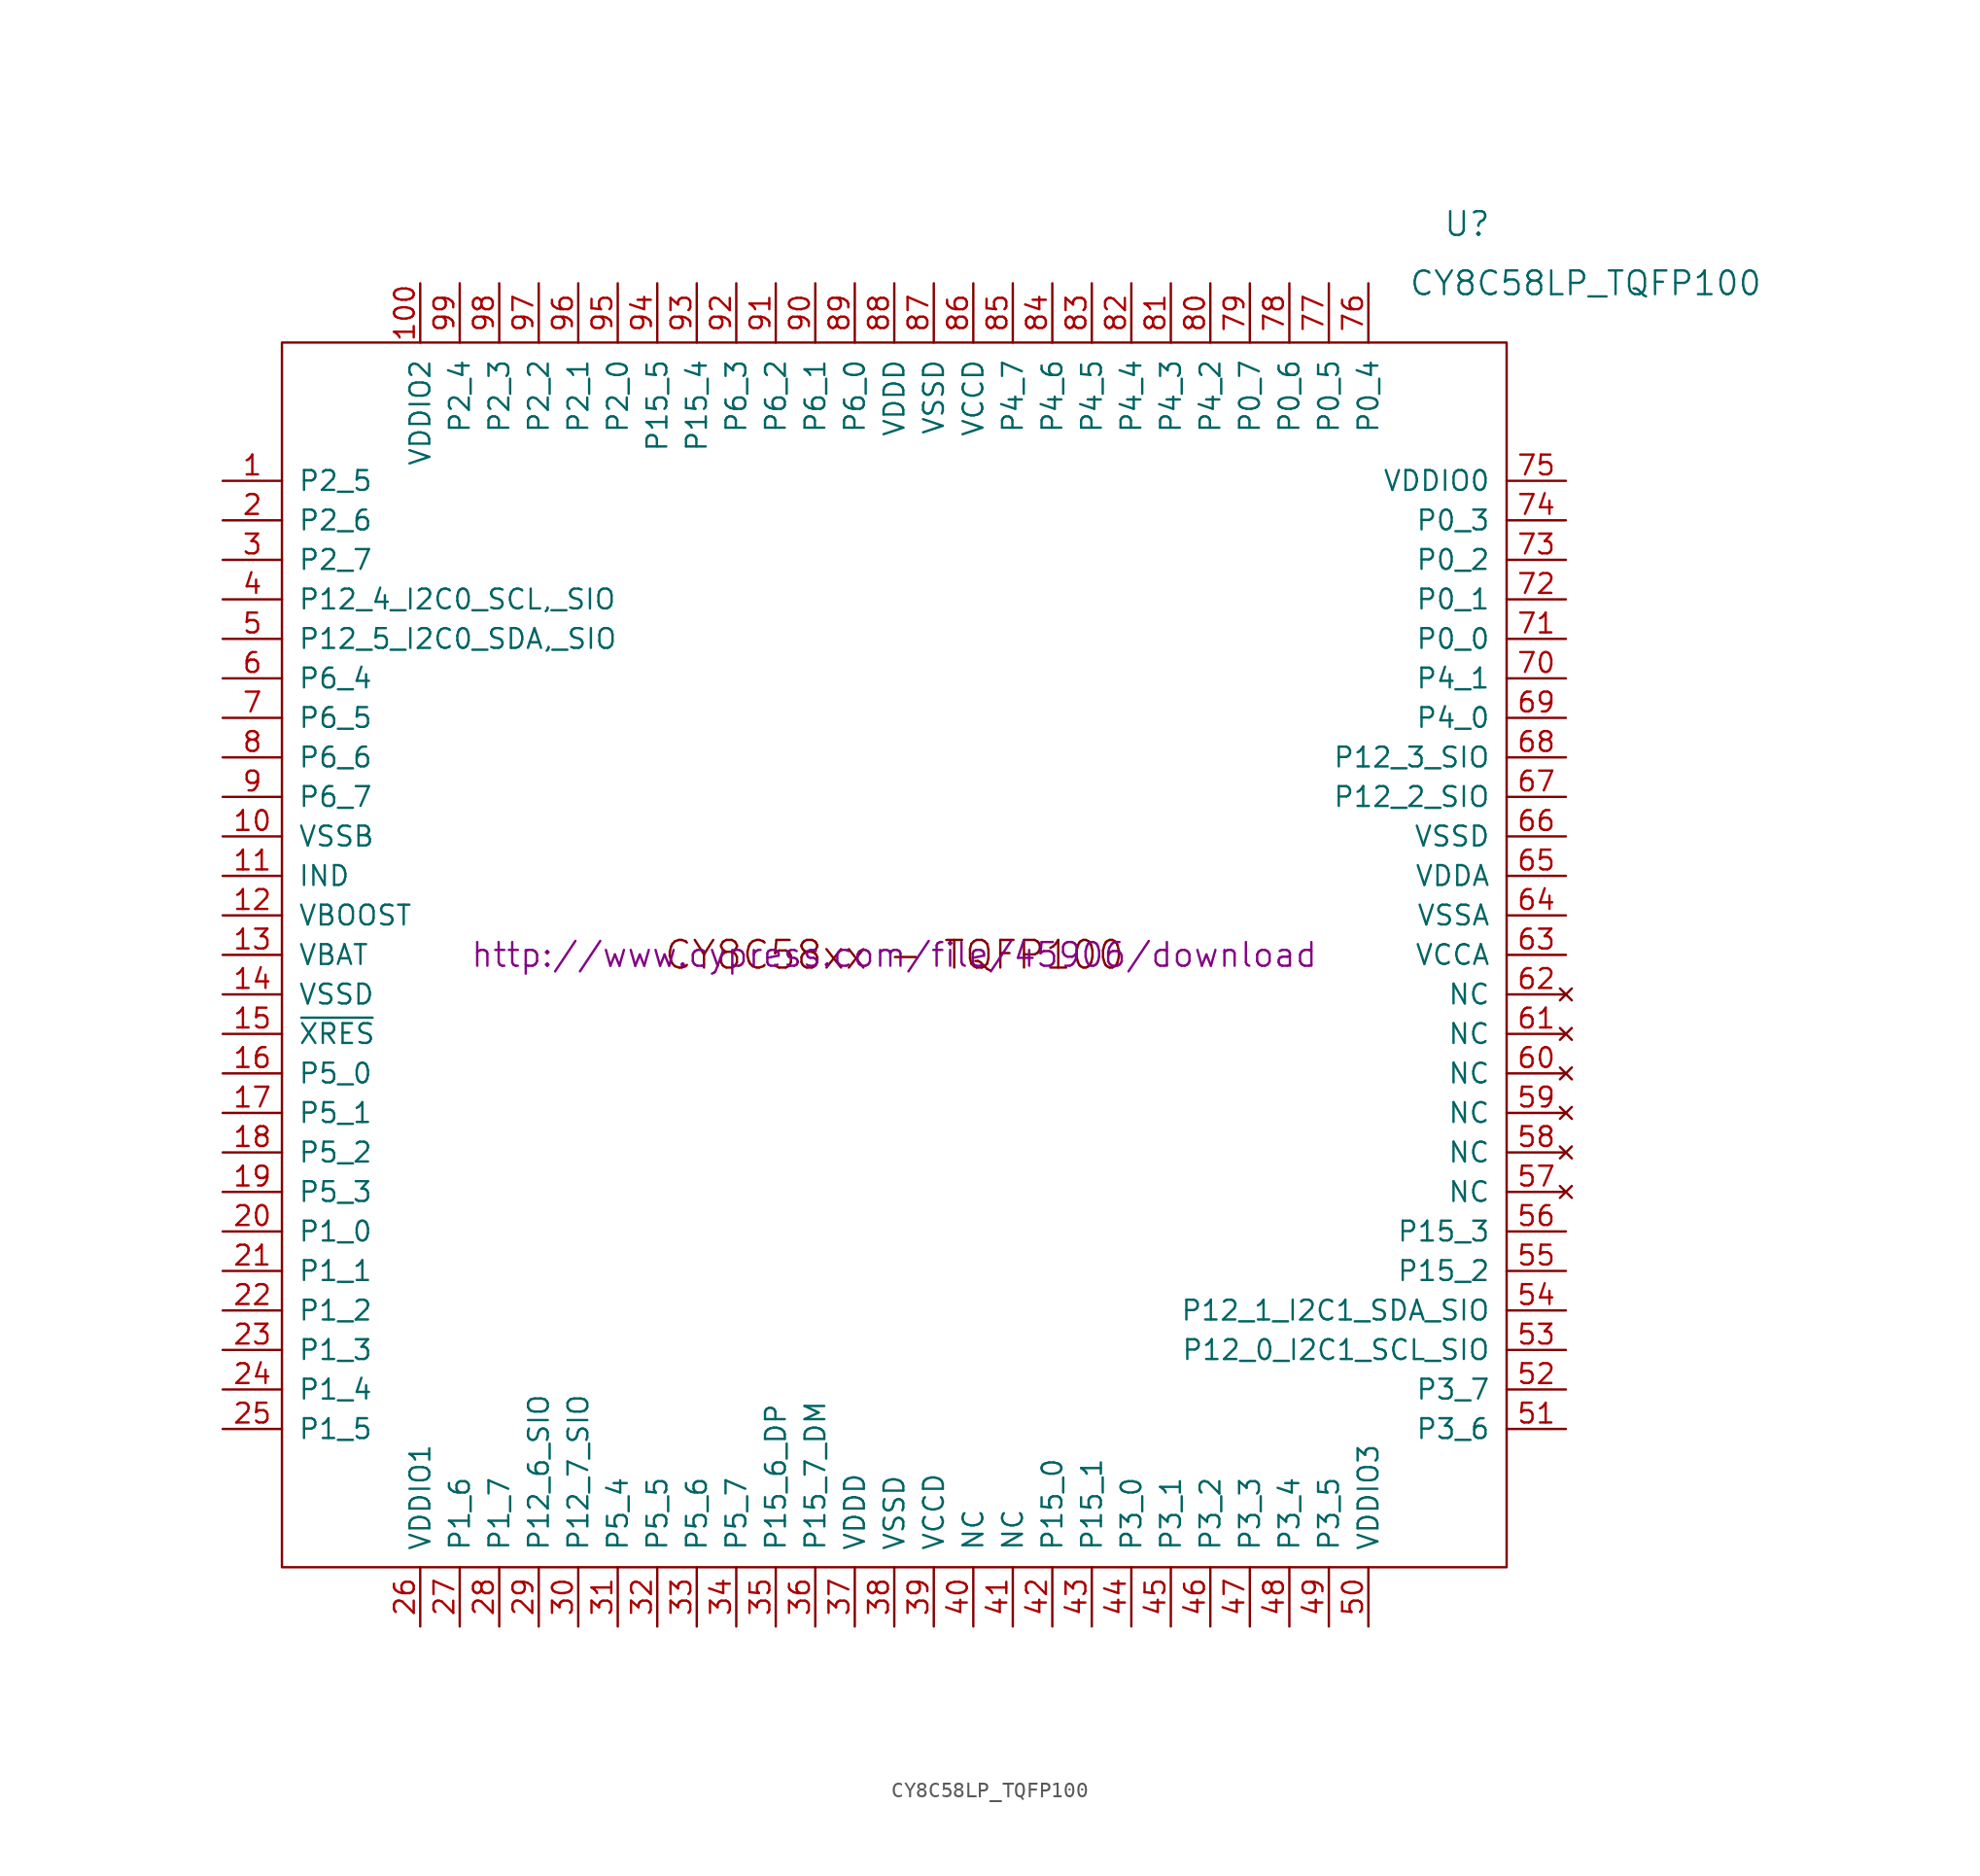
<source format=kicad_sym>
(kicad_symbol_lib
  (version 20220914)
  (generator kicad_symbol_editor)
  (symbol "CY8C58LP_TQFP100"
    (pin_names
      (offset 1.016))
    (property "Reference" "U"
      (at 36.83 46.99 0)
      (effects (font (size 1.524 1.524))))
    (property "Value" "CY8C58LP_TQFP100"
      (at 44.45 43.18 0)
      (effects (font (size 1.524 1.524))))
    (property "Footprint" ""
      (at 0 0 0)
      (effects (font (size 1.524 1.524))))
    (property "Datasheet" "http://www.cypress.com/file/45906/download"
      (at 0 0 0)
      (effects (font (size 1.524 1.524))))
    (symbol "CY8C58LP_TQFP100_0_0"
      (text "CY8C58xx - TQFP100" (at 0 0 0) (effects (font (size 1.778 1.778)))))
    (symbol "CY8C58LP_TQFP100_0_1"
      (rectangle (start -39.37 39.37) (end 39.37 -39.37) (stroke (width 0) (type default)) (fill (type none))))
    (symbol "CY8C58LP_TQFP100_1_1"
      (pin input line (at -43.18 30.48 0) (length 3.81) (name "P2_5" (effects (font (size 1.27 1.27)))) (number "1" (effects (font (size 1.27 1.27)))))
      (pin input line (at -43.18 7.62 0) (length 3.81) (name "VSSB" (effects (font (size 1.27 1.27)))) (number "10" (effects (font (size 1.27 1.27)))))
      (pin input line (at -30.48 43.18 270) (length 3.81) (name "VDDIO2" (effects (font (size 1.27 1.27)))) (number "100" (effects (font (size 1.27 1.27)))))
      (pin input line (at -43.18 5.08 0) (length 3.81) (name "IND" (effects (font (size 1.27 1.27)))) (number "11" (effects (font (size 1.27 1.27)))))
      (pin input line (at -43.18 2.54 0) (length 3.81) (name "VBOOST" (effects (font (size 1.27 1.27)))) (number "12" (effects (font (size 1.27 1.27)))))
      (pin input line (at -43.18 0 0) (length 3.81) (name "VBAT" (effects (font (size 1.27 1.27)))) (number "13" (effects (font (size 1.27 1.27)))))
      (pin input line (at -43.18 -2.54 0) (length 3.81) (name "VSSD" (effects (font (size 1.27 1.27)))) (number "14" (effects (font (size 1.27 1.27)))))
      (pin input line (at -43.18 -5.08 0) (length 3.81) (name "~{XRES}" (effects (font (size 1.27 1.27)))) (number "15" (effects (font (size 1.27 1.27)))))
      (pin input line (at -43.18 -7.62 0) (length 3.81) (name "P5_0" (effects (font (size 1.27 1.27)))) (number "16" (effects (font (size 1.27 1.27)))))
      (pin input line (at -43.18 -10.16 0) (length 3.81) (name "P5_1" (effects (font (size 1.27 1.27)))) (number "17" (effects (font (size 1.27 1.27)))))
      (pin input line (at -43.18 -12.7 0) (length 3.81) (name "P5_2" (effects (font (size 1.27 1.27)))) (number "18" (effects (font (size 1.27 1.27)))))
      (pin input line (at -43.18 -15.24 0) (length 3.81) (name "P5_3" (effects (font (size 1.27 1.27)))) (number "19" (effects (font (size 1.27 1.27)))))
      (pin input line (at -43.18 27.94 0) (length 3.81) (name "P2_6" (effects (font (size 1.27 1.27)))) (number "2" (effects (font (size 1.27 1.27)))))
      (pin input line (at -43.18 -17.78 0) (length 3.81) (name "P1_0" (effects (font (size 1.27 1.27)))) (number "20" (effects (font (size 1.27 1.27)))))
      (pin input line (at -43.18 -20.32 0) (length 3.81) (name "P1_1" (effects (font (size 1.27 1.27)))) (number "21" (effects (font (size 1.27 1.27)))))
      (pin input line (at -43.18 -22.86 0) (length 3.81) (name "P1_2" (effects (font (size 1.27 1.27)))) (number "22" (effects (font (size 1.27 1.27)))))
      (pin input line (at -43.18 -25.4 0) (length 3.81) (name "P1_3" (effects (font (size 1.27 1.27)))) (number "23" (effects (font (size 1.27 1.27)))))
      (pin input line (at -43.18 -27.94 0) (length 3.81) (name "P1_4" (effects (font (size 1.27 1.27)))) (number "24" (effects (font (size 1.27 1.27)))))
      (pin input line (at -43.18 -30.48 0) (length 3.81) (name "P1_5" (effects (font (size 1.27 1.27)))) (number "25" (effects (font (size 1.27 1.27)))))
      (pin input line (at -30.48 -43.18 90) (length 3.81) (name "VDDIO1" (effects (font (size 1.27 1.27)))) (number "26" (effects (font (size 1.27 1.27)))))
      (pin input line (at -27.94 -43.18 90) (length 3.81) (name "P1_6" (effects (font (size 1.27 1.27)))) (number "27" (effects (font (size 1.27 1.27)))))
      (pin input line (at -25.4 -43.18 90) (length 3.81) (name "P1_7" (effects (font (size 1.27 1.27)))) (number "28" (effects (font (size 1.27 1.27)))))
      (pin input line (at -22.86 -43.18 90) (length 3.81) (name "P12_6_SIO" (effects (font (size 1.27 1.27)))) (number "29" (effects (font (size 1.27 1.27)))))
      (pin input line (at -43.18 25.4 0) (length 3.81) (name "P2_7" (effects (font (size 1.27 1.27)))) (number "3" (effects (font (size 1.27 1.27)))))
      (pin input line (at -20.32 -43.18 90) (length 3.81) (name "P12_7_SIO" (effects (font (size 1.27 1.27)))) (number "30" (effects (font (size 1.27 1.27)))))
      (pin input line (at -17.78 -43.18 90) (length 3.81) (name "P5_4" (effects (font (size 1.27 1.27)))) (number "31" (effects (font (size 1.27 1.27)))))
      (pin input line (at -15.24 -43.18 90) (length 3.81) (name "P5_5" (effects (font (size 1.27 1.27)))) (number "32" (effects (font (size 1.27 1.27)))))
      (pin input line (at -12.7 -43.18 90) (length 3.81) (name "P5_6" (effects (font (size 1.27 1.27)))) (number "33" (effects (font (size 1.27 1.27)))))
      (pin input line (at -10.16 -43.18 90) (length 3.81) (name "P5_7" (effects (font (size 1.27 1.27)))) (number "34" (effects (font (size 1.27 1.27)))))
      (pin input line (at -7.62 -43.18 90) (length 3.81) (name "P15_6_DP" (effects (font (size 1.27 1.27)))) (number "35" (effects (font (size 1.27 1.27)))))
      (pin input line (at -5.08 -43.18 90) (length 3.81) (name "P15_7_DM" (effects (font (size 1.27 1.27)))) (number "36" (effects (font (size 1.27 1.27)))))
      (pin input line (at -2.54 -43.18 90) (length 3.81) (name "VDDD" (effects (font (size 1.27 1.27)))) (number "37" (effects (font (size 1.27 1.27)))))
      (pin input line (at 0 -43.18 90) (length 3.81) (name "VSSD" (effects (font (size 1.27 1.27)))) (number "38" (effects (font (size 1.27 1.27)))))
      (pin input line (at 2.54 -43.18 90) (length 3.81) (name "VCCD" (effects (font (size 1.27 1.27)))) (number "39" (effects (font (size 1.27 1.27)))))
      (pin input line (at -43.18 22.86 0) (length 3.81) (name "P12_4_I2C0_SCL,_SIO" (effects (font (size 1.27 1.27)))) (number "4" (effects (font (size 1.27 1.27)))))
      (pin input line (at 5.08 -43.18 90) (length 3.81) (name "NC" (effects (font (size 1.27 1.27)))) (number "40" (effects (font (size 1.27 1.27)))))
      (pin input line (at 7.62 -43.18 90) (length 3.81) (name "NC" (effects (font (size 1.27 1.27)))) (number "41" (effects (font (size 1.27 1.27)))))
      (pin input line (at 10.16 -43.18 90) (length 3.81) (name "P15_0" (effects (font (size 1.27 1.27)))) (number "42" (effects (font (size 1.27 1.27)))))
      (pin input line (at 12.7 -43.18 90) (length 3.81) (name "P15_1" (effects (font (size 1.27 1.27)))) (number "43" (effects (font (size 1.27 1.27)))))
      (pin input line (at 15.24 -43.18 90) (length 3.81) (name "P3_0" (effects (font (size 1.27 1.27)))) (number "44" (effects (font (size 1.27 1.27)))))
      (pin input line (at 17.78 -43.18 90) (length 3.81) (name "P3_1" (effects (font (size 1.27 1.27)))) (number "45" (effects (font (size 1.27 1.27)))))
      (pin input line (at 20.32 -43.18 90) (length 3.81) (name "P3_2" (effects (font (size 1.27 1.27)))) (number "46" (effects (font (size 1.27 1.27)))))
      (pin input line (at 22.86 -43.18 90) (length 3.81) (name "P3_3" (effects (font (size 1.27 1.27)))) (number "47" (effects (font (size 1.27 1.27)))))
      (pin input line (at 25.4 -43.18 90) (length 3.81) (name "P3_4" (effects (font (size 1.27 1.27)))) (number "48" (effects (font (size 1.27 1.27)))))
      (pin input line (at 27.94 -43.18 90) (length 3.81) (name "P3_5" (effects (font (size 1.27 1.27)))) (number "49" (effects (font (size 1.27 1.27)))))
      (pin input line (at -43.18 20.32 0) (length 3.81) (name "P12_5_I2C0_SDA,_SIO" (effects (font (size 1.27 1.27)))) (number "5" (effects (font (size 1.27 1.27)))))
      (pin input line (at 30.48 -43.18 90) (length 3.81) (name "VDDIO3" (effects (font (size 1.27 1.27)))) (number "50" (effects (font (size 1.27 1.27)))))
      (pin input line (at 43.18 -30.48 180) (length 3.81) (name "P3_6" (effects (font (size 1.27 1.27)))) (number "51" (effects (font (size 1.27 1.27)))))
      (pin input line (at 43.18 -27.94 180) (length 3.81) (name "P3_7" (effects (font (size 1.27 1.27)))) (number "52" (effects (font (size 1.27 1.27)))))
      (pin input line (at 43.18 -25.4 180) (length 3.81) (name "P12_0_I2C1_SCL_SIO" (effects (font (size 1.27 1.27)))) (number "53" (effects (font (size 1.27 1.27)))))
      (pin input line (at 43.18 -22.86 180) (length 3.81) (name "P12_1_I2C1_SDA_SIO" (effects (font (size 1.27 1.27)))) (number "54" (effects (font (size 1.27 1.27)))))
      (pin input line (at 43.18 -20.32 180) (length 3.81) (name "P15_2" (effects (font (size 1.27 1.27)))) (number "55" (effects (font (size 1.27 1.27)))))
      (pin input line (at 43.18 -17.78 180) (length 3.81) (name "P15_3" (effects (font (size 1.27 1.27)))) (number "56" (effects (font (size 1.27 1.27)))))
      (pin no_connect line (at 43.18 -15.24 180) (length 3.81) (name "NC" (effects (font (size 1.27 1.27)))) (number "57" (effects (font (size 1.27 1.27)))))
      (pin no_connect line (at 43.18 -12.7 180) (length 3.81) (name "NC" (effects (font (size 1.27 1.27)))) (number "58" (effects (font (size 1.27 1.27)))))
      (pin no_connect line (at 43.18 -10.16 180) (length 3.81) (name "NC" (effects (font (size 1.27 1.27)))) (number "59" (effects (font (size 1.27 1.27)))))
      (pin input line (at -43.18 17.78 0) (length 3.81) (name "P6_4" (effects (font (size 1.27 1.27)))) (number "6" (effects (font (size 1.27 1.27)))))
      (pin no_connect line (at 43.18 -7.62 180) (length 3.81) (name "NC" (effects (font (size 1.27 1.27)))) (number "60" (effects (font (size 1.27 1.27)))))
      (pin no_connect line (at 43.18 -5.08 180) (length 3.81) (name "NC" (effects (font (size 1.27 1.27)))) (number "61" (effects (font (size 1.27 1.27)))))
      (pin no_connect line (at 43.18 -2.54 180) (length 3.81) (name "NC" (effects (font (size 1.27 1.27)))) (number "62" (effects (font (size 1.27 1.27)))))
      (pin input line (at 43.18 0 180) (length 3.81) (name "VCCA" (effects (font (size 1.27 1.27)))) (number "63" (effects (font (size 1.27 1.27)))))
      (pin input line (at 43.18 2.54 180) (length 3.81) (name "VSSA" (effects (font (size 1.27 1.27)))) (number "64" (effects (font (size 1.27 1.27)))))
      (pin input line (at 43.18 5.08 180) (length 3.81) (name "VDDA" (effects (font (size 1.27 1.27)))) (number "65" (effects (font (size 1.27 1.27)))))
      (pin input line (at 43.18 7.62 180) (length 3.81) (name "VSSD" (effects (font (size 1.27 1.27)))) (number "66" (effects (font (size 1.27 1.27)))))
      (pin input line (at 43.18 10.16 180) (length 3.81) (name "P12_2_SIO" (effects (font (size 1.27 1.27)))) (number "67" (effects (font (size 1.27 1.27)))))
      (pin input line (at 43.18 12.7 180) (length 3.81) (name "P12_3_SIO" (effects (font (size 1.27 1.27)))) (number "68" (effects (font (size 1.27 1.27)))))
      (pin input line (at 43.18 15.24 180) (length 3.81) (name "P4_0" (effects (font (size 1.27 1.27)))) (number "69" (effects (font (size 1.27 1.27)))))
      (pin input line (at -43.18 15.24 0) (length 3.81) (name "P6_5" (effects (font (size 1.27 1.27)))) (number "7" (effects (font (size 1.27 1.27)))))
      (pin input line (at 43.18 17.78 180) (length 3.81) (name "P4_1" (effects (font (size 1.27 1.27)))) (number "70" (effects (font (size 1.27 1.27)))))
      (pin input line (at 43.18 20.32 180) (length 3.81) (name "P0_0" (effects (font (size 1.27 1.27)))) (number "71" (effects (font (size 1.27 1.27)))))
      (pin input line (at 43.18 22.86 180) (length 3.81) (name "P0_1" (effects (font (size 1.27 1.27)))) (number "72" (effects (font (size 1.27 1.27)))))
      (pin input line (at 43.18 25.4 180) (length 3.81) (name "P0_2" (effects (font (size 1.27 1.27)))) (number "73" (effects (font (size 1.27 1.27)))))
      (pin input line (at 43.18 27.94 180) (length 3.81) (name "P0_3" (effects (font (size 1.27 1.27)))) (number "74" (effects (font (size 1.27 1.27)))))
      (pin input line (at 43.18 30.48 180) (length 3.81) (name "VDDIO0" (effects (font (size 1.27 1.27)))) (number "75" (effects (font (size 1.27 1.27)))))
      (pin input line (at 30.48 43.18 270) (length 3.81) (name "P0_4" (effects (font (size 1.27 1.27)))) (number "76" (effects (font (size 1.27 1.27)))))
      (pin input line (at 27.94 43.18 270) (length 3.81) (name "P0_5" (effects (font (size 1.27 1.27)))) (number "77" (effects (font (size 1.27 1.27)))))
      (pin input line (at 25.4 43.18 270) (length 3.81) (name "P0_6" (effects (font (size 1.27 1.27)))) (number "78" (effects (font (size 1.27 1.27)))))
      (pin input line (at 22.86 43.18 270) (length 3.81) (name "P0_7" (effects (font (size 1.27 1.27)))) (number "79" (effects (font (size 1.27 1.27)))))
      (pin input line (at -43.18 12.7 0) (length 3.81) (name "P6_6" (effects (font (size 1.27 1.27)))) (number "8" (effects (font (size 1.27 1.27)))))
      (pin input line (at 20.32 43.18 270) (length 3.81) (name "P4_2" (effects (font (size 1.27 1.27)))) (number "80" (effects (font (size 1.27 1.27)))))
      (pin input line (at 17.78 43.18 270) (length 3.81) (name "P4_3" (effects (font (size 1.27 1.27)))) (number "81" (effects (font (size 1.27 1.27)))))
      (pin input line (at 15.24 43.18 270) (length 3.81) (name "P4_4" (effects (font (size 1.27 1.27)))) (number "82" (effects (font (size 1.27 1.27)))))
      (pin input line (at 12.7 43.18 270) (length 3.81) (name "P4_5" (effects (font (size 1.27 1.27)))) (number "83" (effects (font (size 1.27 1.27)))))
      (pin input line (at 10.16 43.18 270) (length 3.81) (name "P4_6" (effects (font (size 1.27 1.27)))) (number "84" (effects (font (size 1.27 1.27)))))
      (pin input line (at 7.62 43.18 270) (length 3.81) (name "P4_7" (effects (font (size 1.27 1.27)))) (number "85" (effects (font (size 1.27 1.27)))))
      (pin input line (at 5.08 43.18 270) (length 3.81) (name "VCCD" (effects (font (size 1.27 1.27)))) (number "86" (effects (font (size 1.27 1.27)))))
      (pin input line (at 2.54 43.18 270) (length 3.81) (name "VSSD" (effects (font (size 1.27 1.27)))) (number "87" (effects (font (size 1.27 1.27)))))
      (pin input line (at 0 43.18 270) (length 3.81) (name "VDDD" (effects (font (size 1.27 1.27)))) (number "88" (effects (font (size 1.27 1.27)))))
      (pin input line (at -2.54 43.18 270) (length 3.81) (name "P6_0" (effects (font (size 1.27 1.27)))) (number "89" (effects (font (size 1.27 1.27)))))
      (pin input line (at -43.18 10.16 0) (length 3.81) (name "P6_7" (effects (font (size 1.27 1.27)))) (number "9" (effects (font (size 1.27 1.27)))))
      (pin input line (at -5.08 43.18 270) (length 3.81) (name "P6_1" (effects (font (size 1.27 1.27)))) (number "90" (effects (font (size 1.27 1.27)))))
      (pin input line (at -7.62 43.18 270) (length 3.81) (name "P6_2" (effects (font (size 1.27 1.27)))) (number "91" (effects (font (size 1.27 1.27)))))
      (pin input line (at -10.16 43.18 270) (length 3.81) (name "P6_3" (effects (font (size 1.27 1.27)))) (number "92" (effects (font (size 1.27 1.27)))))
      (pin input line (at -12.7 43.18 270) (length 3.81) (name "P15_4" (effects (font (size 1.27 1.27)))) (number "93" (effects (font (size 1.27 1.27)))))
      (pin input line (at -15.24 43.18 270) (length 3.81) (name "P15_5" (effects (font (size 1.27 1.27)))) (number "94" (effects (font (size 1.27 1.27)))))
      (pin input line (at -17.78 43.18 270) (length 3.81) (name "P2_0" (effects (font (size 1.27 1.27)))) (number "95" (effects (font (size 1.27 1.27)))))
      (pin input line (at -20.32 43.18 270) (length 3.81) (name "P2_1" (effects (font (size 1.27 1.27)))) (number "96" (effects (font (size 1.27 1.27)))))
      (pin input line (at -22.86 43.18 270) (length 3.81) (name "P2_2" (effects (font (size 1.27 1.27)))) (number "97" (effects (font (size 1.27 1.27)))))
      (pin input line (at -25.4 43.18 270) (length 3.81) (name "P2_3" (effects (font (size 1.27 1.27)))) (number "98" (effects (font (size 1.27 1.27)))))
      (pin input line (at -27.94 43.18 270) (length 3.81) (name "P2_4" (effects (font (size 1.27 1.27)))) (number "99" (effects (font (size 1.27 1.27))))))))
</source>
